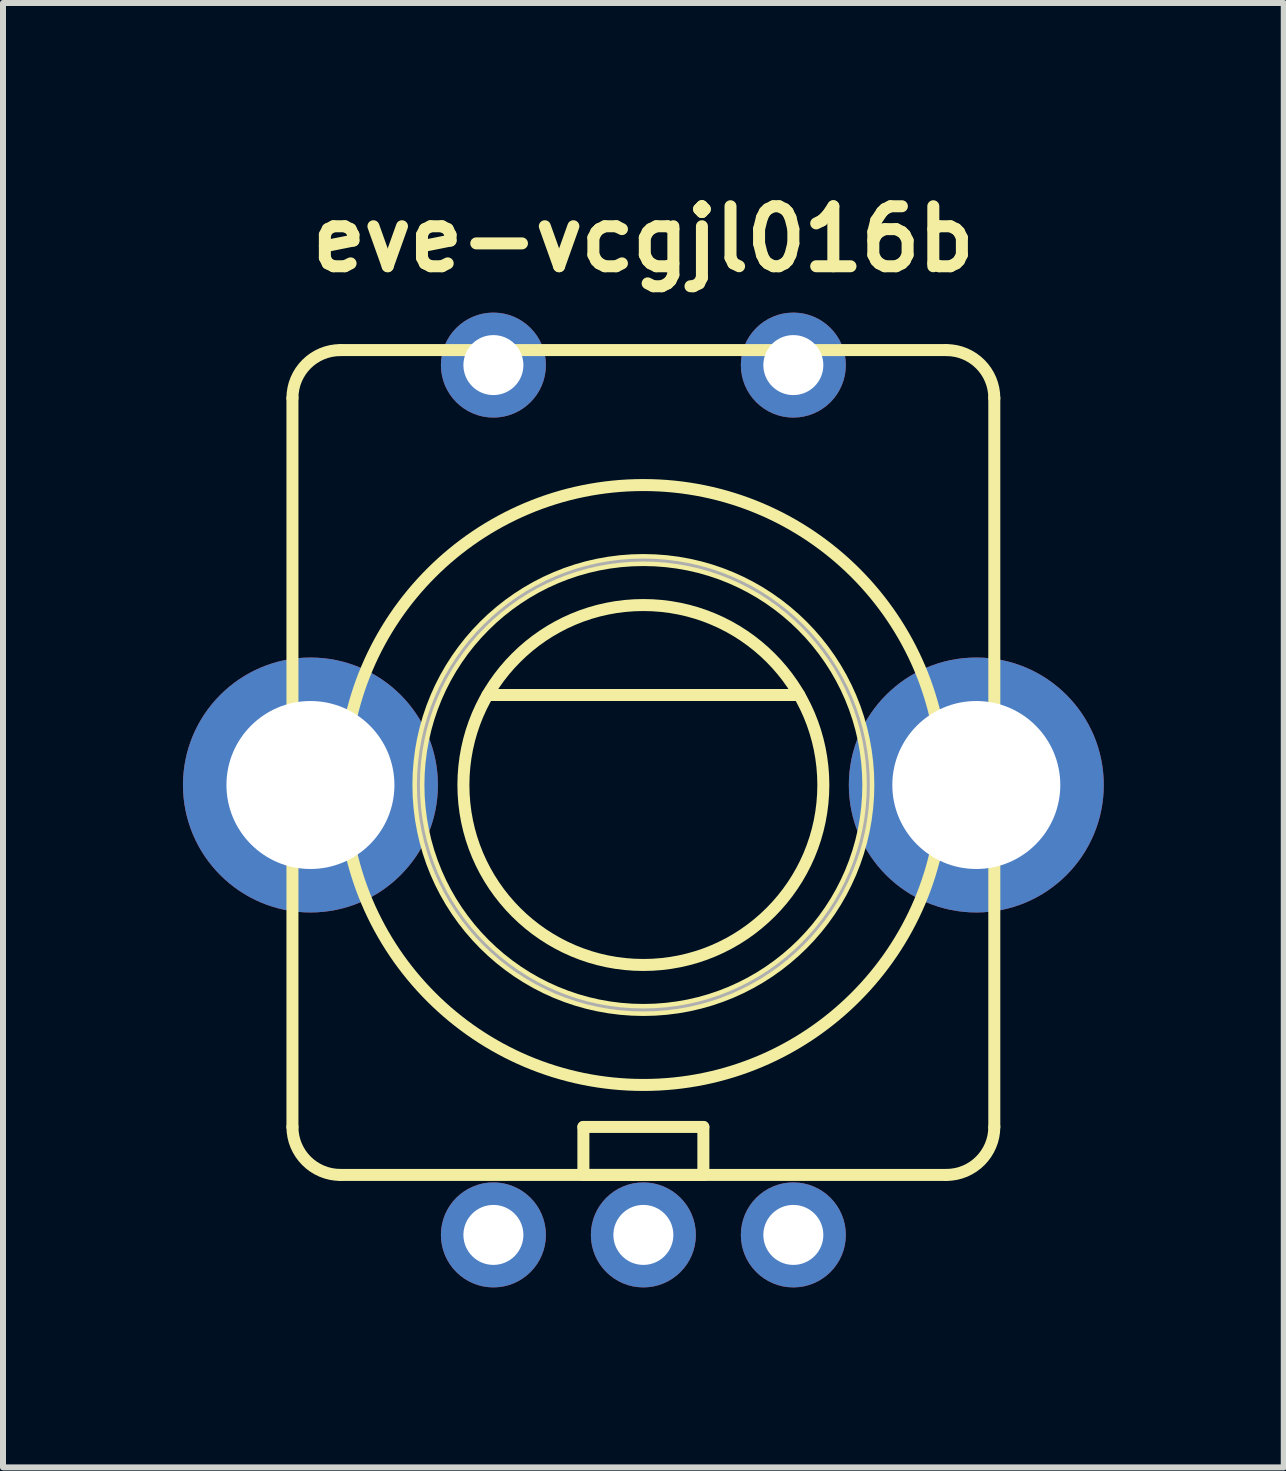
<source format=kicad_pcb>
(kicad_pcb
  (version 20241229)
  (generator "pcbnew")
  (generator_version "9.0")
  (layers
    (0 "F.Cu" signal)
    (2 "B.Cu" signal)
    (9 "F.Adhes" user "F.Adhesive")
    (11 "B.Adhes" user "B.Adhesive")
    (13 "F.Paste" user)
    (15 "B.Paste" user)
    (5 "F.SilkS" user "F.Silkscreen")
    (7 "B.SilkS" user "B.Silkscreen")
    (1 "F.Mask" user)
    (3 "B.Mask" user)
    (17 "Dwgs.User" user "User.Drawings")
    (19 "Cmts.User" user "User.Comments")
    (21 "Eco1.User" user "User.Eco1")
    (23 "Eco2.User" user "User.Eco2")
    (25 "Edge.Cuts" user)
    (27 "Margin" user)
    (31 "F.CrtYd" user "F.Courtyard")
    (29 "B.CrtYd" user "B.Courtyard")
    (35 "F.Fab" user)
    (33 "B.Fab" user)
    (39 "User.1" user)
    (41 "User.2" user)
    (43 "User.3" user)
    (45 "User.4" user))
  (footprint "eve-vcgjl016b"
    (layer "F.Cu")
    (at 7.675 10.036)
    (property "Reference" "eve-vcgjl016b" (at 0 -9.1 0) (layer "F.SilkS") (effects (font (size 1 1) (thickness 0.2))))
    (attr through_hole)
    (fp_line (start -5.85 5.7) (end -5.85 -6.45) (stroke (width 0.2) (type solid)) (layer "F.SilkS"))
    (fp_line (start -5.05 -7.25) (end 5.05 -7.25) (stroke (width 0.2) (type solid)) (layer "F.SilkS"))
    (fp_line (start -5.05 6.5) (end 5.05 6.5) (stroke (width 0.2) (type solid)) (layer "F.SilkS"))
    (fp_line (start -2.6 -1.5) (end 2.6 -1.5) (stroke (width 0.2) (type solid)) (layer "F.SilkS"))
    (fp_line (start -1 5.7) (end 1 5.7) (stroke (width 0.2) (type solid)) (layer "F.SilkS"))
    (fp_line (start -1 6.5) (end -1 5.7) (stroke (width 0.2) (type solid)) (layer "F.SilkS"))
    (fp_line (start 1 5.7) (end 1 6.5) (stroke (width 0.2) (type solid)) (layer "F.SilkS"))
    (fp_line (start 1 6.5) (end -1 6.5) (stroke (width 0.2) (type solid)) (layer "F.SilkS"))
    (fp_line (start 5.85 5.7) (end 5.85 -6.45) (stroke (width 0.2) (type solid)) (layer "F.SilkS"))
    (fp_arc (start -5.85 -6.45) (mid -5.615685 -7.015685) (end -5.05 -7.25) (stroke (width 0.2) (type solid)) (layer "F.SilkS"))
    (fp_arc (start -5.05 6.5) (mid -5.615685 6.265685) (end -5.85 5.7) (stroke (width 0.2) (type solid)) (layer "F.SilkS"))
    (fp_arc (start 5.05 -7.25) (mid 5.615685 -7.015685) (end 5.85 -6.45) (stroke (width 0.2) (type solid)) (layer "F.SilkS"))
    (fp_arc (start 5.85 5.7) (mid 5.615685 6.265685) (end 5.05 6.5) (stroke (width 0.2) (type solid)) (layer "F.SilkS"))
    (fp_circle (center 0 0) (end 3 0) (stroke (width 0.2) (type solid)) (fill no) (layer "F.SilkS"))
    (fp_circle (center 0 0) (end 3.75 0) (stroke (width 0.2) (type solid)) (fill no) (layer "F.SilkS"))
    (fp_circle (center 0 0) (end 5 -0.05) (stroke (width 0.2) (type solid)) (fill no) (layer "F.SilkS"))
    (fp_circle (center 0 0) (end 3.75 0) (stroke (width 0.05) (type solid)) (fill no) (layer "F.Fab"))
    (pad "1" thru_hole circle (at 2.5 7.5) (size 1.75 1.75) (drill 1) (layers "*.Cu" "*.Mask"))
    (pad "2" thru_hole circle (at -2.5 7.5) (size 1.75 1.75) (drill 1) (layers "*.Cu" "*.Mask"))
    (pad "2" thru_hole circle (at 0 7.5) (size 1.75 1.75) (drill 1) (layers "*.Cu" "*.Mask"))
    (pad "3" thru_hole circle (at -2.5 -7) (size 1.75 1.75) (drill 1) (layers "*.Cu" "*.Mask"))
    (pad "4" thru_hole circle (at 2.5 -7) (size 1.75 1.75) (drill 1) (layers "*.Cu" "*.Mask"))
    (pad "5" thru_hole oval (at -5.55 0) (size 4.25 4.25) (drill 2.8) (layers "*.Cu" "*.Mask"))
    (pad "5" thru_hole oval (at 5.55 0) (size 4.25 4.25) (drill 2.8) (layers "*.Cu" "*.Mask")))
  (gr_rect
    (start -3 -3)
    (end 18.35 21.411)
    (stroke (width 0.1) (type default))
    (fill no)
    (layer "Edge.Cuts")))
</source>
